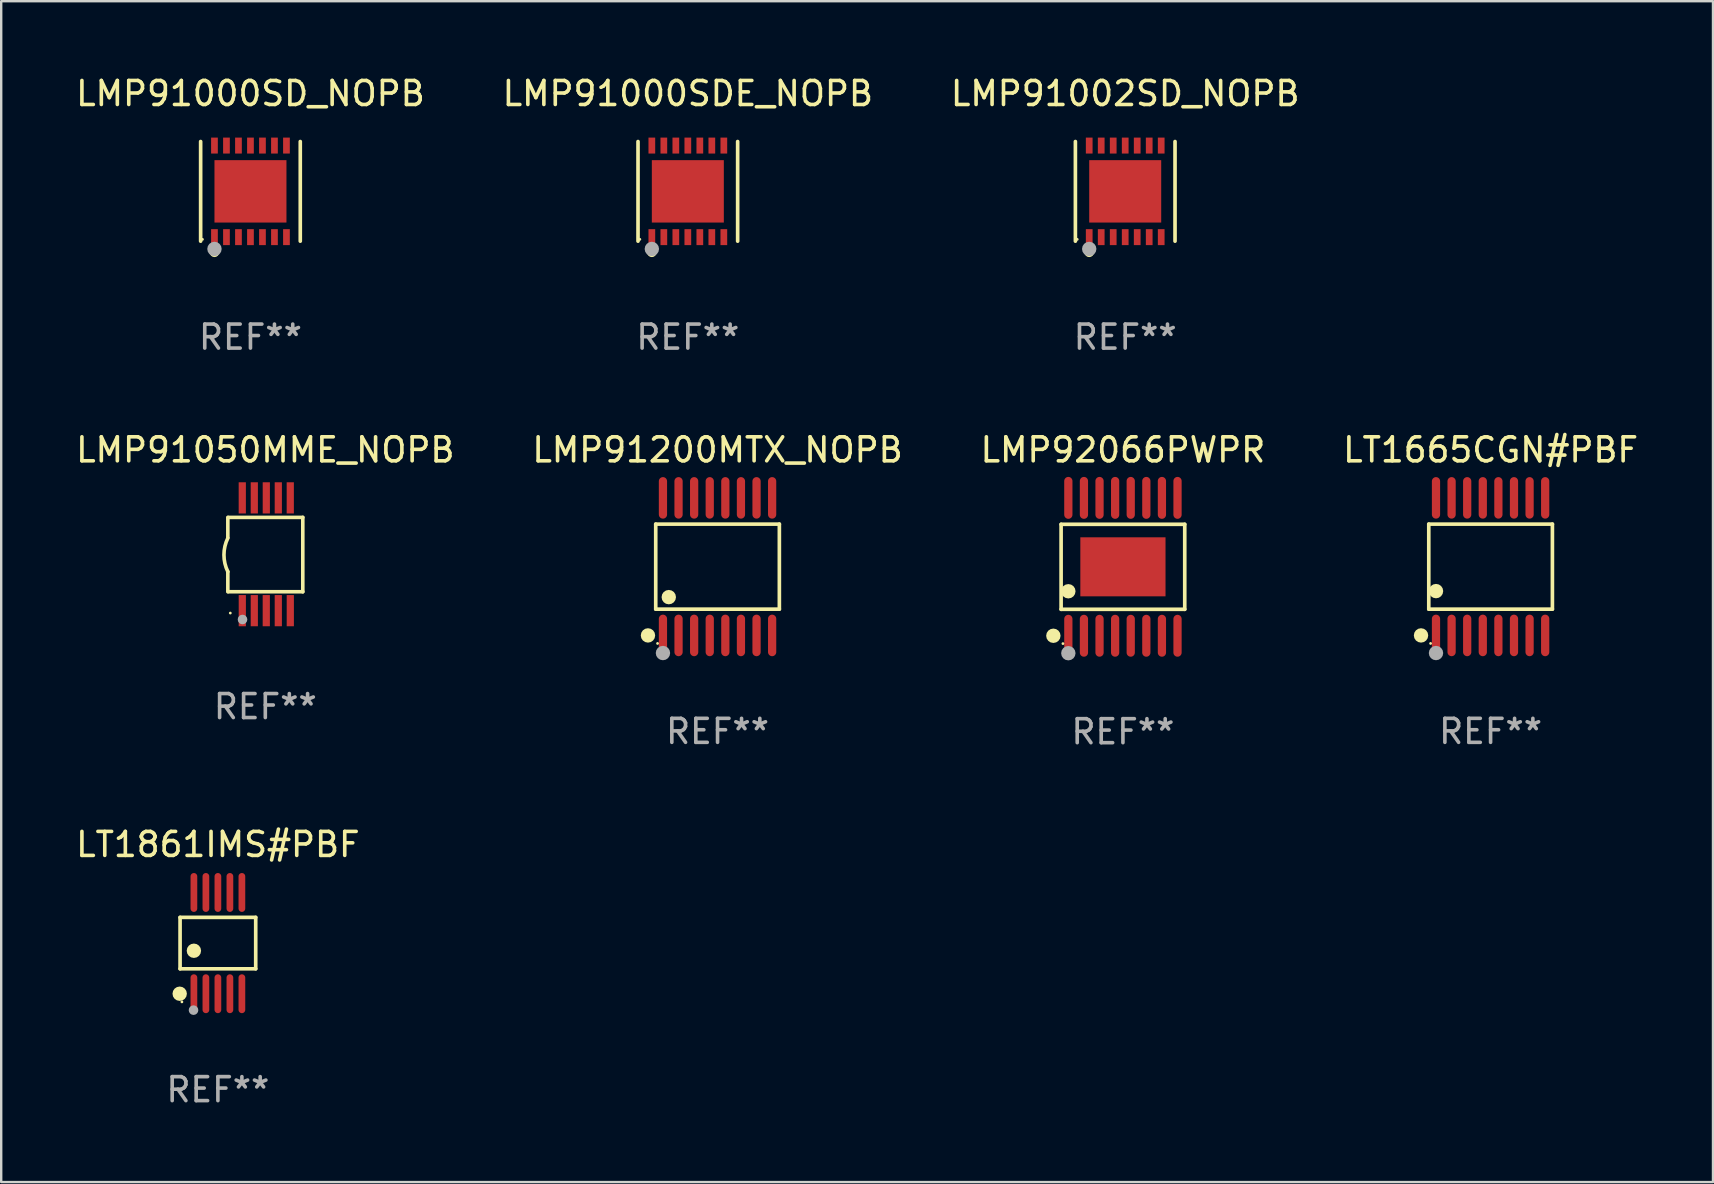
<source format=kicad_pcb>
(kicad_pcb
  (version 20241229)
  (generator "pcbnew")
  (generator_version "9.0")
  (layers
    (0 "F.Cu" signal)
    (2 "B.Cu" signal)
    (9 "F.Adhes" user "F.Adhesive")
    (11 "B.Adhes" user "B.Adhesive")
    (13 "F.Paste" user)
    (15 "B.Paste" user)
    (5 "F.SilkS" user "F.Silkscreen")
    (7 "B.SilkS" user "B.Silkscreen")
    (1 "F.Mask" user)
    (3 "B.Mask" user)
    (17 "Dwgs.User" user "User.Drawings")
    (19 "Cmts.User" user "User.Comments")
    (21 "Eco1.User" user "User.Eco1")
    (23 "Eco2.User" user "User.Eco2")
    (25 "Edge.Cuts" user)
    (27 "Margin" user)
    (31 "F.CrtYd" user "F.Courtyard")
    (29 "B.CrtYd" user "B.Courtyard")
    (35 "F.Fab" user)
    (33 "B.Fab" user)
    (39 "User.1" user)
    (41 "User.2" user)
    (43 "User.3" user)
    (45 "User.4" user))
  (footprint "LT1665CGN#PBF"
    (layer "F.Cu")
    (at 59.065 20.563)
    (property "Reference" "LT1665CGN#PBF" (at 0 -4.866 0) (layer "F.SilkS") (effects (font (size 1 1) (thickness 0.15))))
    (attr through_hole)
    (fp_line (start -2.576 -1.772) (end 2.576 -1.772) (stroke (width 0.152) (type solid)) (layer "F.SilkS"))
    (fp_line (start -2.576 1.771) (end -2.576 -1.772) (stroke (width 0.152) (type solid)) (layer "F.SilkS"))
    (fp_line (start 2.576 -1.772) (end 2.576 1.771) (stroke (width 0.152) (type solid)) (layer "F.SilkS"))
    (fp_line (start 2.576 1.771) (end -2.576 1.771) (stroke (width 0.152) (type solid)) (layer "F.SilkS"))
    (fp_circle (center -2.899 2.866) (end -2.749 2.866) (stroke (width 0.3) (type solid)) (fill no) (layer "F.SilkS"))
    (fp_circle (center -2.5 3.2) (end -2.47 3.2) (stroke (width 0.06) (type solid)) (fill no) (layer "F.SilkS"))
    (fp_circle (center -2.275 1.019) (end -2.125 1.019) (stroke (width 0.3) (type solid)) (fill no) (layer "F.SilkS"))
    (fp_circle (center -2.275 3.6) (end -2.125 3.6) (stroke (width 0.3) (type solid)) (fill no) (layer "F.Fab"))
    (fp_text user "REF**" (at 0 6.866 0) (layer "F.Fab") (effects (font (size 1 1) (thickness 0.15))))
    (pad "1" smd oval (at -2.275 2.866) (size 0.343 1.731) (layers "F.Cu" "F.Mask" "F.Paste"))
    (pad "2" smd oval (at -1.625 2.866) (size 0.343 1.731) (layers "F.Cu" "F.Mask" "F.Paste"))
    (pad "3" smd oval (at -0.975 2.866) (size 0.343 1.731) (layers "F.Cu" "F.Mask" "F.Paste"))
    (pad "4" smd oval (at -0.325 2.866) (size 0.343 1.731) (layers "F.Cu" "F.Mask" "F.Paste"))
    (pad "5" smd oval (at 0.325 2.866) (size 0.343 1.731) (layers "F.Cu" "F.Mask" "F.Paste"))
    (pad "6" smd oval (at 0.975 2.866) (size 0.343 1.731) (layers "F.Cu" "F.Mask" "F.Paste"))
    (pad "7" smd oval (at 1.625 2.866) (size 0.343 1.731) (layers "F.Cu" "F.Mask" "F.Paste"))
    (pad "8" smd oval (at 2.275 2.866) (size 0.343 1.731) (layers "F.Cu" "F.Mask" "F.Paste"))
    (pad "9" smd oval (at 2.275 -2.866) (size 0.343 1.731) (layers "F.Cu" "F.Mask" "F.Paste"))
    (pad "10" smd oval (at 1.625 -2.866) (size 0.343 1.731) (layers "F.Cu" "F.Mask" "F.Paste"))
    (pad "11" smd oval (at 0.975 -2.866) (size 0.343 1.731) (layers "F.Cu" "F.Mask" "F.Paste"))
    (pad "12" smd oval (at 0.325 -2.866) (size 0.343 1.731) (layers "F.Cu" "F.Mask" "F.Paste"))
    (pad "13" smd oval (at -0.325 -2.866) (size 0.343 1.731) (layers "F.Cu" "F.Mask" "F.Paste"))
    (pad "14" smd oval (at -0.975 -2.866) (size 0.343 1.731) (layers "F.Cu" "F.Mask" "F.Paste"))
    (pad "15" smd oval (at -1.625 -2.866) (size 0.343 1.731) (layers "F.Cu" "F.Mask" "F.Paste"))
    (pad "16" smd oval (at -2.275 -2.866) (size 0.343 1.731) (layers "F.Cu" "F.Mask" "F.Paste")))
  (footprint "LT1861IMS#PBF"
    (layer "F.Cu")
    (at 6.03 36.25)
    (property "Reference" "LT1861IMS#PBF" (at 0 -4.11 0) (layer "F.SilkS") (effects (font (size 1 1) (thickness 0.15))))
    (attr through_hole)
    (fp_line (start -1.576 -1.071) (end 1.576 -1.071) (stroke (width 0.152) (type solid)) (layer "F.SilkS"))
    (fp_line (start -1.576 1.071) (end -1.576 -1.071) (stroke (width 0.152) (type solid)) (layer "F.SilkS"))
    (fp_line (start 1.576 -1.071) (end 1.576 1.071) (stroke (width 0.152) (type solid)) (layer "F.SilkS"))
    (fp_line (start 1.576 1.071) (end -1.576 1.071) (stroke (width 0.152) (type solid)) (layer "F.SilkS"))
    (fp_circle (center -1.592 2.11) (end -1.442 2.11) (stroke (width 0.3) (type solid)) (fill no) (layer "F.SilkS"))
    (fp_circle (center -1.5 2.45) (end -1.47 2.45) (stroke (width 0.06) (type solid)) (fill no) (layer "F.SilkS"))
    (fp_circle (center -1 0.319) (end -0.85 0.319) (stroke (width 0.3) (type solid)) (fill no) (layer "F.SilkS"))
    (fp_circle (center -1.016 2.794) (end -0.916 2.794) (stroke (width 0.2) (type solid)) (fill no) (layer "F.Fab"))
    (fp_text user "REF**" (at 0 6.11 0) (layer "F.Fab") (effects (font (size 1 1) (thickness 0.15))))
    (pad "1" smd oval (at -1 2.11) (size 0.28 1.62) (layers "F.Cu" "F.Mask" "F.Paste"))
    (pad "2" smd oval (at -0.5 2.11) (size 0.28 1.62) (layers "F.Cu" "F.Mask" "F.Paste"))
    (pad "3" smd oval (at 0 2.11) (size 0.28 1.62) (layers "F.Cu" "F.Mask" "F.Paste"))
    (pad "4" smd oval (at 0.5 2.11) (size 0.28 1.62) (layers "F.Cu" "F.Mask" "F.Paste"))
    (pad "5" smd oval (at 1 2.11) (size 0.28 1.62) (layers "F.Cu" "F.Mask" "F.Paste"))
    (pad "6" smd oval (at 1 -2.11) (size 0.28 1.62) (layers "F.Cu" "F.Mask" "F.Paste"))
    (pad "7" smd oval (at 0.5 -2.11) (size 0.28 1.62) (layers "F.Cu" "F.Mask" "F.Paste"))
    (pad "8" smd oval (at 0 -2.11) (size 0.28 1.62) (layers "F.Cu" "F.Mask" "F.Paste"))
    (pad "9" smd oval (at -0.5 -2.11) (size 0.28 1.62) (layers "F.Cu" "F.Mask" "F.Paste"))
    (pad "10" smd oval (at -1 -2.11) (size 0.28 1.62) (layers "F.Cu" "F.Mask" "F.Paste")))
  (footprint "LMP91050MME_NOPB"
    (layer "F.Cu")
    (at 8.006 20.047)
    (property "Reference" "LMP91050MME_NOPB" (at 0 -4.35 0) (layer "F.SilkS") (effects (font (size 1 1) (thickness 0.15))))
    (attr through_hole)
    (fp_line (start -1.562 -1.537) (end -1.562 -0.698) (stroke (width 0.15) (type solid)) (layer "F.SilkS"))
    (fp_line (start -1.562 0.724) (end -1.562 1.562) (stroke (width 0.15) (type solid)) (layer "F.SilkS"))
    (fp_line (start -1.538 -1.537) (end 1.562 -1.537) (stroke (width 0.15) (type solid)) (layer "F.SilkS"))
    (fp_line (start -1.538 1.562) (end 1.562 1.562) (stroke (width 0.15) (type solid)) (layer "F.SilkS"))
    (fp_line (start 1.562 1.564) (end 1.562 -1.537) (stroke (width 0.15) (type solid)) (layer "F.SilkS"))
    (fp_arc (start -1.562103 0.724079) (mid -1.723579 0.025578) (end -1.562103 -0.672924) (stroke (width 0.150013) (type solid)) (layer "F.SilkS"))
    (fp_circle (center -1.459 2.45) (end -1.429 2.45) (stroke (width 0.06) (type solid)) (fill no) (layer "F.SilkS"))
    (fp_circle (center -0.95 2.718) (end -0.85 2.718) (stroke (width 0.2) (type solid)) (fill no) (layer "F.Fab"))
    (fp_text user "REF**" (at 0 6.35 0) (layer "F.Fab") (effects (font (size 1 1) (thickness 0.15))))
    (pad "1" smd rect (at -0.959 2.35) (size 0.3 1.3) (layers "F.Cu" "F.Mask" "F.Paste"))
    (pad "2" smd rect (at -0.459 2.35) (size 0.3 1.3) (layers "F.Cu" "F.Mask" "F.Paste"))
    (pad "3" smd rect (at 0.04 2.35) (size 0.3 1.3) (layers "F.Cu" "F.Mask" "F.Paste"))
    (pad "4" smd rect (at 0.541 2.35) (size 0.3 1.3) (layers "F.Cu" "F.Mask" "F.Paste"))
    (pad "5" smd rect (at 1.041 2.35) (size 0.3 1.3) (layers "F.Cu" "F.Mask" "F.Paste"))
    (pad "6" smd rect (at 1.04 -2.35) (size 0.3 1.3) (layers "F.Cu" "F.Mask" "F.Paste"))
    (pad "7" smd rect (at 0.541 -2.35) (size 0.3 1.3) (layers "F.Cu" "F.Mask" "F.Paste"))
    (pad "8" smd rect (at 0.041 -2.35) (size 0.3 1.3) (layers "F.Cu" "F.Mask" "F.Paste"))
    (pad "9" smd rect (at -0.459 -2.35) (size 0.3 1.3) (layers "F.Cu" "F.Mask" "F.Paste"))
    (pad "10" smd rect (at -0.96 -2.35) (size 0.3 1.3) (layers "F.Cu" "F.Mask" "F.Paste")))
  (footprint "LMP91000SDE_NOPB"
    (layer "F.Cu")
    (at 25.613 4.924)
    (property "Reference" "LMP91000SDE_NOPB" (at 0 -4.076 0) (layer "F.SilkS") (effects (font (size 1 1) (thickness 0.15))))
    (attr through_hole)
    (fp_line (start -2.076 2.076) (end -2.076 -2.076) (stroke (width 0.152) (type solid)) (layer "F.SilkS"))
    (fp_line (start 2.076 -2.076) (end 2.076 2.076) (stroke (width 0.152) (type solid)) (layer "F.SilkS"))
    (fp_circle (center -2 2) (end -1.97 2) (stroke (width 0.06) (type solid)) (fill no) (layer "F.SilkS"))
    (fp_circle (center -1.5 2.54) (end -1.4 2.54) (stroke (width 0.2) (type solid)) (fill no) (layer "F.SilkS"))
    (fp_circle (center -1.5 2.4) (end -1.35 2.4) (stroke (width 0.3) (type solid)) (fill no) (layer "F.Fab"))
    (fp_text user "REF**" (at 0 6.076 0) (layer "F.Fab") (effects (font (size 1 1) (thickness 0.15))))
    (pad "1" smd rect (at -1.5 1.908) (size 0.28 0.665) (layers "F.Cu" "F.Mask" "F.Paste"))
    (pad "2" smd rect (at -1 1.908) (size 0.28 0.665) (layers "F.Cu" "F.Mask" "F.Paste"))
    (pad "3" smd rect (at -0.5 1.908) (size 0.28 0.665) (layers "F.Cu" "F.Mask" "F.Paste"))
    (pad "4" smd rect (at 0 1.908) (size 0.28 0.665) (layers "F.Cu" "F.Mask" "F.Paste"))
    (pad "5" smd rect (at 0.5 1.908) (size 0.28 0.665) (layers "F.Cu" "F.Mask" "F.Paste"))
    (pad "6" smd rect (at 1 1.908) (size 0.28 0.665) (layers "F.Cu" "F.Mask" "F.Paste"))
    (pad "7" smd rect (at 1.5 1.908) (size 0.28 0.665) (layers "F.Cu" "F.Mask" "F.Paste"))
    (pad "8" smd rect (at 1.5 -1.908) (size 0.28 0.665) (layers "F.Cu" "F.Mask" "F.Paste"))
    (pad "9" smd rect (at 1 -1.908) (size 0.28 0.665) (layers "F.Cu" "F.Mask" "F.Paste"))
    (pad "10" smd rect (at 0.5 -1.908) (size 0.28 0.665) (layers "F.Cu" "F.Mask" "F.Paste"))
    (pad "11" smd rect (at 0 -1.908) (size 0.28 0.665) (layers "F.Cu" "F.Mask" "F.Paste"))
    (pad "12" smd rect (at -0.5 -1.908) (size 0.28 0.665) (layers "F.Cu" "F.Mask" "F.Paste"))
    (pad "13" smd rect (at -1 -1.908) (size 0.28 0.665) (layers "F.Cu" "F.Mask" "F.Paste"))
    (pad "14" smd rect (at -1.5 -1.908) (size 0.28 0.665) (layers "F.Cu" "F.Mask" "F.Paste"))
    (pad "15" smd rect (at 0 0) (size 3 2.6) (layers "F.Cu" "F.Mask" "F.Paste")))
  (footprint "LMP91000SD_NOPB"
    (layer "F.Cu")
    (at 7.387 4.924)
    (property "Reference" "LMP91000SD_NOPB" (at 0 -4.076 0) (layer "F.SilkS") (effects (font (size 1 1) (thickness 0.15))))
    (attr through_hole)
    (fp_line (start -2.076 2.076) (end -2.076 -2.076) (stroke (width 0.152) (type solid)) (layer "F.SilkS"))
    (fp_line (start 2.076 -2.076) (end 2.076 2.076) (stroke (width 0.152) (type solid)) (layer "F.SilkS"))
    (fp_circle (center -2 2) (end -1.97 2) (stroke (width 0.06) (type solid)) (fill no) (layer "F.SilkS"))
    (fp_circle (center -1.5 2.54) (end -1.4 2.54) (stroke (width 0.2) (type solid)) (fill no) (layer "F.SilkS"))
    (fp_circle (center -1.5 2.4) (end -1.35 2.4) (stroke (width 0.3) (type solid)) (fill no) (layer "F.Fab"))
    (fp_text user "REF**" (at 0 6.076 0) (layer "F.Fab") (effects (font (size 1 1) (thickness 0.15))))
    (pad "1" smd rect (at -1.5 1.908) (size 0.28 0.665) (layers "F.Cu" "F.Mask" "F.Paste"))
    (pad "2" smd rect (at -1 1.908) (size 0.28 0.665) (layers "F.Cu" "F.Mask" "F.Paste"))
    (pad "3" smd rect (at -0.5 1.908) (size 0.28 0.665) (layers "F.Cu" "F.Mask" "F.Paste"))
    (pad "4" smd rect (at 0 1.908) (size 0.28 0.665) (layers "F.Cu" "F.Mask" "F.Paste"))
    (pad "5" smd rect (at 0.5 1.908) (size 0.28 0.665) (layers "F.Cu" "F.Mask" "F.Paste"))
    (pad "6" smd rect (at 1 1.908) (size 0.28 0.665) (layers "F.Cu" "F.Mask" "F.Paste"))
    (pad "7" smd rect (at 1.5 1.908) (size 0.28 0.665) (layers "F.Cu" "F.Mask" "F.Paste"))
    (pad "8" smd rect (at 1.5 -1.908) (size 0.28 0.665) (layers "F.Cu" "F.Mask" "F.Paste"))
    (pad "9" smd rect (at 1 -1.908) (size 0.28 0.665) (layers "F.Cu" "F.Mask" "F.Paste"))
    (pad "10" smd rect (at 0.5 -1.908) (size 0.28 0.665) (layers "F.Cu" "F.Mask" "F.Paste"))
    (pad "11" smd rect (at 0 -1.908) (size 0.28 0.665) (layers "F.Cu" "F.Mask" "F.Paste"))
    (pad "12" smd rect (at -0.5 -1.908) (size 0.28 0.665) (layers "F.Cu" "F.Mask" "F.Paste"))
    (pad "13" smd rect (at -1 -1.908) (size 0.28 0.665) (layers "F.Cu" "F.Mask" "F.Paste"))
    (pad "14" smd rect (at -1.5 -1.908) (size 0.28 0.665) (layers "F.Cu" "F.Mask" "F.Paste"))
    (pad "15" smd rect (at 0 0) (size 3 2.6) (layers "F.Cu" "F.Mask" "F.Paste")))
  (footprint "LMP92066PWPR"
    (layer "F.Cu")
    (at 43.744 20.57)
    (property "Reference" "LMP92066PWPR" (at 0 -4.873 0) (layer "F.SilkS") (effects (font (size 1 1) (thickness 0.15))))
    (attr through_hole)
    (fp_line (start -2.576 -1.771) (end 2.576 -1.771) (stroke (width 0.152) (type solid)) (layer "F.SilkS"))
    (fp_line (start -2.576 1.771) (end -2.576 -1.771) (stroke (width 0.152) (type solid)) (layer "F.SilkS"))
    (fp_line (start 2.576 -1.771) (end 2.576 1.771) (stroke (width 0.152) (type solid)) (layer "F.SilkS"))
    (fp_line (start 2.576 1.771) (end -2.576 1.771) (stroke (width 0.152) (type solid)) (layer "F.SilkS"))
    (fp_circle (center -2.899 2.873) (end -2.749 2.873) (stroke (width 0.3) (type solid)) (fill no) (layer "F.SilkS"))
    (fp_circle (center -2.5 3.2) (end -2.47 3.2) (stroke (width 0.06) (type solid)) (fill no) (layer "F.SilkS"))
    (fp_circle (center -2.275 1.019) (end -2.125 1.019) (stroke (width 0.3) (type solid)) (fill no) (layer "F.SilkS"))
    (fp_circle (center -2.275 3.6) (end -2.125 3.6) (stroke (width 0.3) (type solid)) (fill no) (layer "F.Fab"))
    (fp_text user "REF**" (at 0 6.873 0) (layer "F.Fab") (effects (font (size 1 1) (thickness 0.15))))
    (pad "1" smd oval (at -2.275 2.873) (size 0.343 1.747) (layers "F.Cu" "F.Mask" "F.Paste"))
    (pad "2" smd oval (at -1.625 2.873) (size 0.343 1.747) (layers "F.Cu" "F.Mask" "F.Paste"))
    (pad "3" smd oval (at -0.975 2.873) (size 0.343 1.747) (layers "F.Cu" "F.Mask" "F.Paste"))
    (pad "4" smd oval (at -0.325 2.873) (size 0.343 1.747) (layers "F.Cu" "F.Mask" "F.Paste"))
    (pad "5" smd oval (at 0.325 2.873) (size 0.343 1.747) (layers "F.Cu" "F.Mask" "F.Paste"))
    (pad "6" smd oval (at 0.975 2.873) (size 0.343 1.747) (layers "F.Cu" "F.Mask" "F.Paste"))
    (pad "7" smd oval (at 1.625 2.873) (size 0.343 1.747) (layers "F.Cu" "F.Mask" "F.Paste"))
    (pad "8" smd oval (at 2.275 2.873) (size 0.343 1.747) (layers "F.Cu" "F.Mask" "F.Paste"))
    (pad "9" smd oval (at 2.275 -2.873) (size 0.343 1.747) (layers "F.Cu" "F.Mask" "F.Paste"))
    (pad "10" smd oval (at 1.625 -2.873) (size 0.343 1.747) (layers "F.Cu" "F.Mask" "F.Paste"))
    (pad "11" smd oval (at 0.975 -2.873) (size 0.343 1.747) (layers "F.Cu" "F.Mask" "F.Paste"))
    (pad "12" smd oval (at 0.325 -2.873) (size 0.343 1.747) (layers "F.Cu" "F.Mask" "F.Paste"))
    (pad "13" smd oval (at -0.325 -2.873) (size 0.343 1.747) (layers "F.Cu" "F.Mask" "F.Paste"))
    (pad "14" smd oval (at -0.975 -2.873) (size 0.343 1.747) (layers "F.Cu" "F.Mask" "F.Paste"))
    (pad "15" smd oval (at -1.625 -2.873) (size 0.343 1.747) (layers "F.Cu" "F.Mask" "F.Paste"))
    (pad "16" smd oval (at -2.275 -2.873) (size 0.343 1.747) (layers "F.Cu" "F.Mask" "F.Paste"))
    (pad "17" smd rect (at 0 0) (size 3.55 2.46) (layers "F.Cu" "F.Mask" "F.Paste")))
  (footprint "LMP91200MTX_NOPB"
    (layer "F.Cu")
    (at 26.851 20.563)
    (property "Reference" "LMP91200MTX_NOPB" (at 0 -4.866 0) (layer "F.SilkS") (effects (font (size 1 1) (thickness 0.15))))
    (attr through_hole)
    (fp_line (start -2.576 -1.772) (end 2.576 -1.772) (stroke (width 0.152) (type solid)) (layer "F.SilkS"))
    (fp_line (start -2.576 1.771) (end -2.576 -1.772) (stroke (width 0.152) (type solid)) (layer "F.SilkS"))
    (fp_line (start 2.576 -1.772) (end 2.576 1.771) (stroke (width 0.152) (type solid)) (layer "F.SilkS"))
    (fp_line (start 2.576 1.771) (end -2.576 1.771) (stroke (width 0.152) (type solid)) (layer "F.SilkS"))
    (fp_circle (center -2.899 2.866) (end -2.749 2.866) (stroke (width 0.3) (type solid)) (fill no) (layer "F.SilkS"))
    (fp_circle (center -2.5 3.2) (end -2.47 3.2) (stroke (width 0.06) (type solid)) (fill no) (layer "F.SilkS"))
    (fp_circle (center -2.032 1.27) (end -1.882 1.27) (stroke (width 0.3) (type solid)) (fill no) (layer "F.SilkS"))
    (fp_circle (center -2.275 3.6) (end -2.125 3.6) (stroke (width 0.3) (type solid)) (fill no) (layer "F.Fab"))
    (fp_text user "REF**" (at 0 6.866 0) (layer "F.Fab") (effects (font (size 1 1) (thickness 0.15))))
    (pad "1" smd oval (at -2.275 2.866) (size 0.343 1.731) (layers "F.Cu" "F.Mask" "F.Paste"))
    (pad "2" smd oval (at -1.625 2.866) (size 0.343 1.731) (layers "F.Cu" "F.Mask" "F.Paste"))
    (pad "3" smd oval (at -0.975 2.866) (size 0.343 1.731) (layers "F.Cu" "F.Mask" "F.Paste"))
    (pad "4" smd oval (at -0.325 2.866) (size 0.343 1.731) (layers "F.Cu" "F.Mask" "F.Paste"))
    (pad "5" smd oval (at 0.325 2.866) (size 0.343 1.731) (layers "F.Cu" "F.Mask" "F.Paste"))
    (pad "6" smd oval (at 0.975 2.866) (size 0.343 1.731) (layers "F.Cu" "F.Mask" "F.Paste"))
    (pad "7" smd oval (at 1.625 2.866) (size 0.343 1.731) (layers "F.Cu" "F.Mask" "F.Paste"))
    (pad "8" smd oval (at 2.275 2.866) (size 0.343 1.731) (layers "F.Cu" "F.Mask" "F.Paste"))
    (pad "9" smd oval (at 2.275 -2.866) (size 0.343 1.731) (layers "F.Cu" "F.Mask" "F.Paste"))
    (pad "10" smd oval (at 1.625 -2.866) (size 0.343 1.731) (layers "F.Cu" "F.Mask" "F.Paste"))
    (pad "11" smd oval (at 0.975 -2.866) (size 0.343 1.731) (layers "F.Cu" "F.Mask" "F.Paste"))
    (pad "12" smd oval (at 0.325 -2.866) (size 0.343 1.731) (layers "F.Cu" "F.Mask" "F.Paste"))
    (pad "13" smd oval (at -0.325 -2.866) (size 0.343 1.731) (layers "F.Cu" "F.Mask" "F.Paste"))
    (pad "14" smd oval (at -0.975 -2.866) (size 0.343 1.731) (layers "F.Cu" "F.Mask" "F.Paste"))
    (pad "15" smd oval (at -1.625 -2.866) (size 0.343 1.731) (layers "F.Cu" "F.Mask" "F.Paste"))
    (pad "16" smd oval (at -2.275 -2.866) (size 0.343 1.731) (layers "F.Cu" "F.Mask" "F.Paste")))
  (footprint "LMP91002SD_NOPB"
    (layer "F.Cu")
    (at 43.839 4.924)
    (property "Reference" "LMP91002SD_NOPB" (at 0 -4.076 0) (layer "F.SilkS") (effects (font (size 1 1) (thickness 0.15))))
    (attr through_hole)
    (fp_line (start -2.076 2.076) (end -2.076 -2.076) (stroke (width 0.152) (type solid)) (layer "F.SilkS"))
    (fp_line (start 2.076 -2.076) (end 2.076 2.076) (stroke (width 0.152) (type solid)) (layer "F.SilkS"))
    (fp_circle (center -2 2) (end -1.97 2) (stroke (width 0.06) (type solid)) (fill no) (layer "F.SilkS"))
    (fp_circle (center -1.5 2.54) (end -1.4 2.54) (stroke (width 0.2) (type solid)) (fill no) (layer "F.SilkS"))
    (fp_circle (center -1.5 2.4) (end -1.35 2.4) (stroke (width 0.3) (type solid)) (fill no) (layer "F.Fab"))
    (fp_text user "REF**" (at 0 6.076 0) (layer "F.Fab") (effects (font (size 1 1) (thickness 0.15))))
    (pad "1" smd rect (at -1.5 1.908) (size 0.28 0.665) (layers "F.Cu" "F.Mask" "F.Paste"))
    (pad "2" smd rect (at -1 1.908) (size 0.28 0.665) (layers "F.Cu" "F.Mask" "F.Paste"))
    (pad "3" smd rect (at -0.5 1.908) (size 0.28 0.665) (layers "F.Cu" "F.Mask" "F.Paste"))
    (pad "4" smd rect (at 0 1.908) (size 0.28 0.665) (layers "F.Cu" "F.Mask" "F.Paste"))
    (pad "5" smd rect (at 0.5 1.908) (size 0.28 0.665) (layers "F.Cu" "F.Mask" "F.Paste"))
    (pad "6" smd rect (at 1 1.908) (size 0.28 0.665) (layers "F.Cu" "F.Mask" "F.Paste"))
    (pad "7" smd rect (at 1.5 1.908) (size 0.28 0.665) (layers "F.Cu" "F.Mask" "F.Paste"))
    (pad "8" smd rect (at 1.5 -1.908) (size 0.28 0.665) (layers "F.Cu" "F.Mask" "F.Paste"))
    (pad "9" smd rect (at 1 -1.908) (size 0.28 0.665) (layers "F.Cu" "F.Mask" "F.Paste"))
    (pad "10" smd rect (at 0.5 -1.908) (size 0.28 0.665) (layers "F.Cu" "F.Mask" "F.Paste"))
    (pad "11" smd rect (at 0 -1.908) (size 0.28 0.665) (layers "F.Cu" "F.Mask" "F.Paste"))
    (pad "12" smd rect (at -0.5 -1.908) (size 0.28 0.665) (layers "F.Cu" "F.Mask" "F.Paste"))
    (pad "13" smd rect (at -1 -1.908) (size 0.28 0.665) (layers "F.Cu" "F.Mask" "F.Paste"))
    (pad "14" smd rect (at -1.5 -1.908) (size 0.28 0.665) (layers "F.Cu" "F.Mask" "F.Paste"))
    (pad "15" smd rect (at 0 0) (size 3 2.6) (layers "F.Cu" "F.Mask" "F.Paste")))
  (gr_rect
    (start -3 -3)
    (end 68.333 46.208)
    (stroke (width 0.1) (type default))
    (fill no)
    (layer "Edge.Cuts")))
</source>
